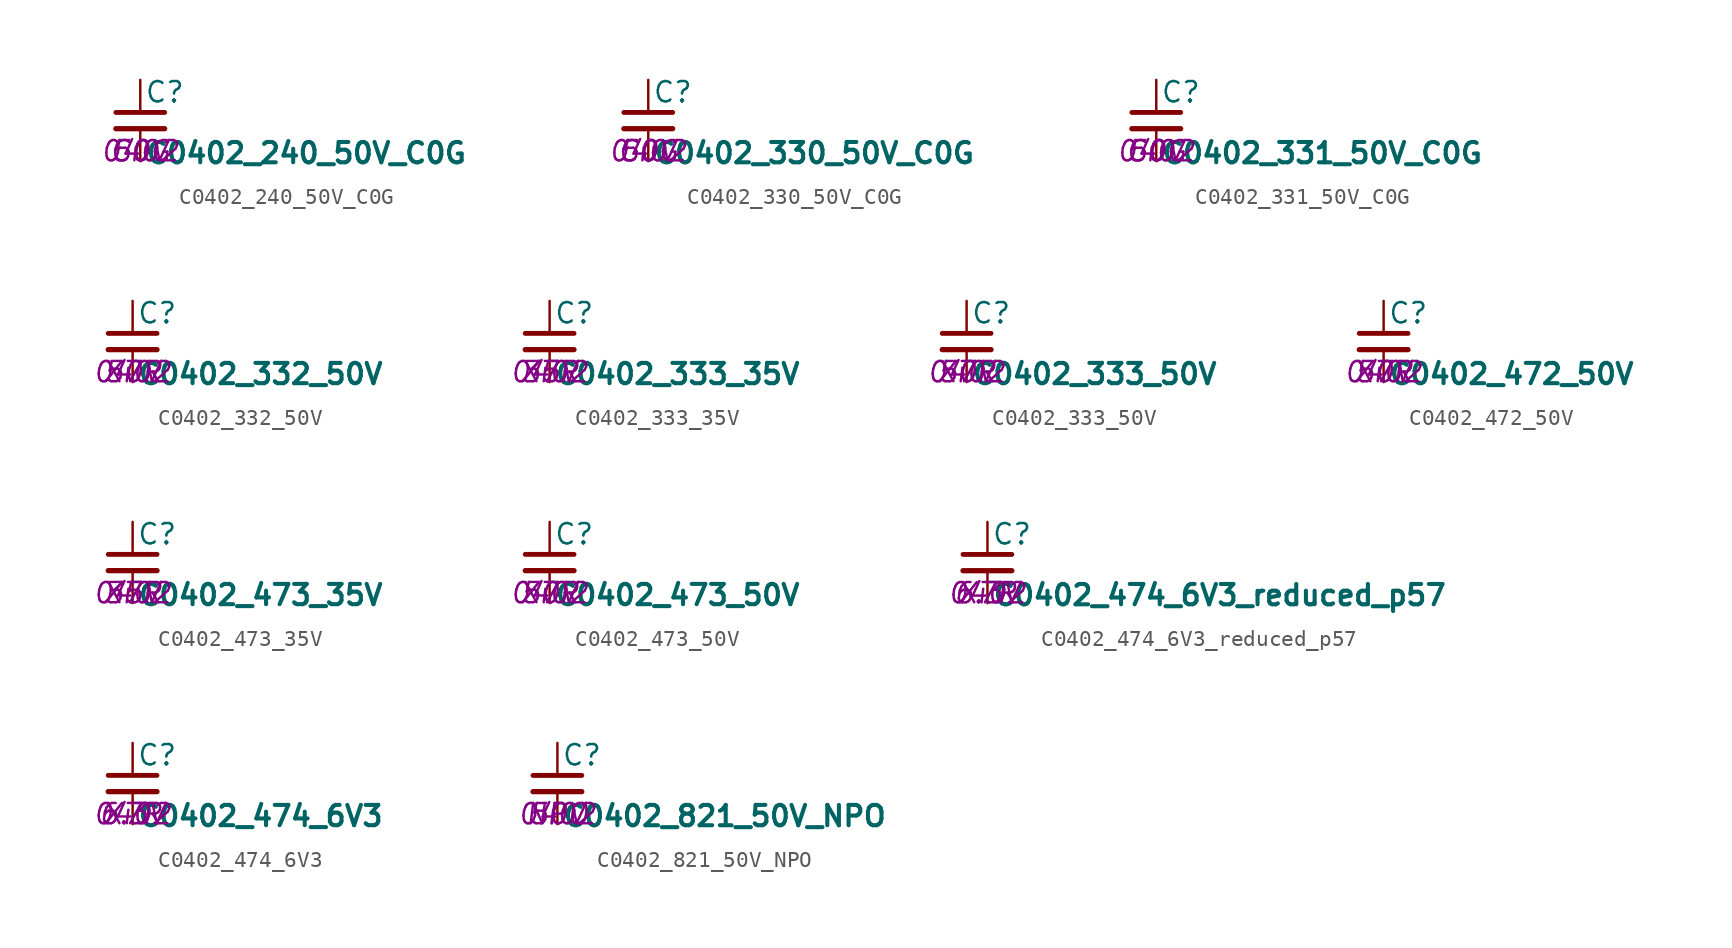
<source format=kicad_sym>
(kicad_symbol_lib
  (version 20211014)
  (generator kicad_symbol_editor)
  (symbol "C0402_240_50V_C0G"
    (pin_numbers hide)
    (pin_names
      (offset 0.254) hide)
    (property "Reference" "C"
      (at 0.254 1.778 0)
      (effects (font (size 1.27 1.27)) (justify left)))
    (property "Value" "C0402_240_50V_C0G"
      (at 0.254 -2.032 0)
      (effects (font (size 1.27 1.27) bold) (justify left)))
    (property "Case" "0402"
      (at 0 -1.905 0)
      (effects (font (size 1.27 1.27) italic)))
    (property "Tc" "C0G"
      (at 0 -1.905 0)
      (effects (font (size 1.27 1.27) italic)))
    (property "Vmax" "50V"
      (at 0 -1.905 0)
      (effects (font (size 1.27 1.27) italic)))
    (symbol "C0402_240_50V_C0G_0_1"
      (polyline (pts (xy -1.524 -0.508) (xy 1.524 -0.508)) (stroke (width 0.33) (type default) (color 0 0 0 0)) (fill (type none)))
      (polyline (pts (xy -1.524 0.508) (xy 1.524 0.508)) (stroke (width 0.305) (type default) (color 0 0 0 0)) (fill (type none))))
    (symbol "C0402_240_50V_C0G_1_1"
      (pin passive line (at 0 2.54 270) (length 2.032) (name "~" (effects (font (size 1.27 1.27)))) (number "1" (effects (font (size 1.27 1.27)))))
      (pin passive line (at 0 -2.54 90) (length 2.032) (name "~" (effects (font (size 1.27 1.27)))) (number "2" (effects (font (size 1.27 1.27)))))))
  (symbol "C0402_330_50V_C0G"
    (pin_numbers hide)
    (pin_names
      (offset 0.254) hide)
    (property "Reference" "C"
      (at 0.254 1.778 0)
      (effects (font (size 1.27 1.27)) (justify left)))
    (property "Value" "C0402_330_50V_C0G"
      (at 0.254 -2.032 0)
      (effects (font (size 1.27 1.27) bold) (justify left)))
    (property "Case" "0402"
      (at 0 -1.905 0)
      (effects (font (size 1.27 1.27) italic)))
    (property "Tc" "C0G"
      (at 0 -1.905 0)
      (effects (font (size 1.27 1.27) italic)))
    (property "Vmax" "50V"
      (at 0 -1.905 0)
      (effects (font (size 1.27 1.27) italic)))
    (symbol "C0402_330_50V_C0G_0_1"
      (polyline (pts (xy -1.524 -0.508) (xy 1.524 -0.508)) (stroke (width 0.33) (type default) (color 0 0 0 0)) (fill (type none)))
      (polyline (pts (xy -1.524 0.508) (xy 1.524 0.508)) (stroke (width 0.305) (type default) (color 0 0 0 0)) (fill (type none))))
    (symbol "C0402_330_50V_C0G_1_1"
      (pin passive line (at 0 2.54 270) (length 2.032) (name "~" (effects (font (size 1.27 1.27)))) (number "1" (effects (font (size 1.27 1.27)))))
      (pin passive line (at 0 -2.54 90) (length 2.032) (name "~" (effects (font (size 1.27 1.27)))) (number "2" (effects (font (size 1.27 1.27)))))))
  (symbol "C0402_331_50V_C0G"
    (pin_numbers hide)
    (pin_names
      (offset 0.254) hide)
    (property "Reference" "C"
      (at 0.254 1.778 0)
      (effects (font (size 1.27 1.27)) (justify left)))
    (property "Value" "C0402_331_50V_C0G"
      (at 0.254 -2.032 0)
      (effects (font (size 1.27 1.27) bold) (justify left)))
    (property "Case" "0402"
      (at 0 -1.905 0)
      (effects (font (size 1.27 1.27) italic)))
    (property "Tc" "C0G"
      (at 0 -1.905 0)
      (effects (font (size 1.27 1.27) italic)))
    (property "Vmax" "50V"
      (at 0 -1.905 0)
      (effects (font (size 1.27 1.27) italic)))
    (symbol "C0402_331_50V_C0G_0_1"
      (polyline (pts (xy -1.524 -0.508) (xy 1.524 -0.508)) (stroke (width 0.33) (type default) (color 0 0 0 0)) (fill (type none)))
      (polyline (pts (xy -1.524 0.508) (xy 1.524 0.508)) (stroke (width 0.305) (type default) (color 0 0 0 0)) (fill (type none))))
    (symbol "C0402_331_50V_C0G_1_1"
      (pin passive line (at 0 2.54 270) (length 2.032) (name "~" (effects (font (size 1.27 1.27)))) (number "1" (effects (font (size 1.27 1.27)))))
      (pin passive line (at 0 -2.54 90) (length 2.032) (name "~" (effects (font (size 1.27 1.27)))) (number "2" (effects (font (size 1.27 1.27)))))))
  (symbol "C0402_332_50V"
    (pin_numbers hide)
    (pin_names
      (offset 0.254) hide)
    (property "Reference" "C"
      (at 0.254 1.778 0)
      (effects (font (size 1.27 1.27)) (justify left)))
    (property "Value" "C0402_332_50V"
      (at 0.254 -2.032 0)
      (effects (font (size 1.27 1.27) bold) (justify left)))
    (property "Case" "0402"
      (at 0 -1.905 0)
      (effects (font (size 1.27 1.27) italic)))
    (property "Tc" "X7R"
      (at 0 -1.905 0)
      (effects (font (size 1.27 1.27) italic)))
    (property "Vmax" "50V"
      (at 0 -1.905 0)
      (effects (font (size 1.27 1.27) italic)))
    (symbol "C0402_332_50V_0_1"
      (polyline (pts (xy -1.524 -0.508) (xy 1.524 -0.508)) (stroke (width 0.33) (type default) (color 0 0 0 0)) (fill (type none)))
      (polyline (pts (xy -1.524 0.508) (xy 1.524 0.508)) (stroke (width 0.305) (type default) (color 0 0 0 0)) (fill (type none))))
    (symbol "C0402_332_50V_1_1"
      (pin passive line (at 0 2.54 270) (length 2.032) (name "~" (effects (font (size 1.27 1.27)))) (number "1" (effects (font (size 1.27 1.27)))))
      (pin passive line (at 0 -2.54 90) (length 2.032) (name "~" (effects (font (size 1.27 1.27)))) (number "2" (effects (font (size 1.27 1.27)))))))
  (symbol "C0402_333_35V"
    (pin_numbers hide)
    (pin_names
      (offset 0.254) hide)
    (property "Reference" "C"
      (at 0.254 1.778 0)
      (effects (font (size 1.27 1.27)) (justify left)))
    (property "Value" "C0402_333_35V"
      (at 0.254 -2.032 0)
      (effects (font (size 1.27 1.27) bold) (justify left)))
    (property "Case" "0402"
      (at 0 -1.905 0)
      (effects (font (size 1.27 1.27) italic)))
    (property "Tc" "X7R"
      (at 0 -1.905 0)
      (effects (font (size 1.27 1.27) italic)))
    (property "Vmax" "35V"
      (at 0 -1.905 0)
      (effects (font (size 1.27 1.27) italic)))
    (symbol "C0402_333_35V_0_1"
      (polyline (pts (xy -1.524 -0.508) (xy 1.524 -0.508)) (stroke (width 0.33) (type default) (color 0 0 0 0)) (fill (type none)))
      (polyline (pts (xy -1.524 0.508) (xy 1.524 0.508)) (stroke (width 0.305) (type default) (color 0 0 0 0)) (fill (type none))))
    (symbol "C0402_333_35V_1_1"
      (pin passive line (at 0 2.54 270) (length 2.032) (name "~" (effects (font (size 1.27 1.27)))) (number "1" (effects (font (size 1.27 1.27)))))
      (pin passive line (at 0 -2.54 90) (length 2.032) (name "~" (effects (font (size 1.27 1.27)))) (number "2" (effects (font (size 1.27 1.27)))))))
  (symbol "C0402_333_50V"
    (pin_numbers hide)
    (pin_names
      (offset 0.254) hide)
    (property "Reference" "C"
      (at 0.254 1.778 0)
      (effects (font (size 1.27 1.27)) (justify left)))
    (property "Value" "C0402_333_50V"
      (at 0.254 -2.032 0)
      (effects (font (size 1.27 1.27) bold) (justify left)))
    (property "Case" "0402"
      (at 0 -1.905 0)
      (effects (font (size 1.27 1.27) italic)))
    (property "Tc" "X7R"
      (at 0 -1.905 0)
      (effects (font (size 1.27 1.27) italic)))
    (property "Vmax" "50V"
      (at 0 -1.905 0)
      (effects (font (size 1.27 1.27) italic)))
    (symbol "C0402_333_50V_0_1"
      (polyline (pts (xy -1.524 -0.508) (xy 1.524 -0.508)) (stroke (width 0.33) (type default) (color 0 0 0 0)) (fill (type none)))
      (polyline (pts (xy -1.524 0.508) (xy 1.524 0.508)) (stroke (width 0.305) (type default) (color 0 0 0 0)) (fill (type none))))
    (symbol "C0402_333_50V_1_1"
      (pin passive line (at 0 2.54 270) (length 2.032) (name "~" (effects (font (size 1.27 1.27)))) (number "1" (effects (font (size 1.27 1.27)))))
      (pin passive line (at 0 -2.54 90) (length 2.032) (name "~" (effects (font (size 1.27 1.27)))) (number "2" (effects (font (size 1.27 1.27)))))))
  (symbol "C0402_472_50V"
    (pin_numbers hide)
    (pin_names
      (offset 0.254) hide)
    (property "Reference" "C"
      (at 0.254 1.778 0)
      (effects (font (size 1.27 1.27)) (justify left)))
    (property "Value" "C0402_472_50V"
      (at 0.254 -2.032 0)
      (effects (font (size 1.27 1.27) bold) (justify left)))
    (property "Case" "0402"
      (at 0 -1.905 0)
      (effects (font (size 1.27 1.27) italic)))
    (property "Tc" "X7R"
      (at 0 -1.905 0)
      (effects (font (size 1.27 1.27) italic)))
    (property "Vmax" "50V"
      (at 0 -1.905 0)
      (effects (font (size 1.27 1.27) italic)))
    (symbol "C0402_472_50V_0_1"
      (polyline (pts (xy -1.524 -0.508) (xy 1.524 -0.508)) (stroke (width 0.33) (type default) (color 0 0 0 0)) (fill (type none)))
      (polyline (pts (xy -1.524 0.508) (xy 1.524 0.508)) (stroke (width 0.305) (type default) (color 0 0 0 0)) (fill (type none))))
    (symbol "C0402_472_50V_1_1"
      (pin passive line (at 0 2.54 270) (length 2.032) (name "~" (effects (font (size 1.27 1.27)))) (number "1" (effects (font (size 1.27 1.27)))))
      (pin passive line (at 0 -2.54 90) (length 2.032) (name "~" (effects (font (size 1.27 1.27)))) (number "2" (effects (font (size 1.27 1.27)))))))
  (symbol "C0402_473_35V"
    (pin_numbers hide)
    (pin_names
      (offset 0.254) hide)
    (property "Reference" "C"
      (at 0.254 1.778 0)
      (effects (font (size 1.27 1.27)) (justify left)))
    (property "Value" "C0402_473_35V"
      (at 0.254 -2.032 0)
      (effects (font (size 1.27 1.27) bold) (justify left)))
    (property "Case" "0402"
      (at 0 -1.905 0)
      (effects (font (size 1.27 1.27) italic)))
    (property "Tc" "X7R"
      (at 0 -1.905 0)
      (effects (font (size 1.27 1.27) italic)))
    (property "Vmax" "35V"
      (at 0 -1.905 0)
      (effects (font (size 1.27 1.27) italic)))
    (symbol "C0402_473_35V_0_1"
      (polyline (pts (xy -1.524 -0.508) (xy 1.524 -0.508)) (stroke (width 0.33) (type default) (color 0 0 0 0)) (fill (type none)))
      (polyline (pts (xy -1.524 0.508) (xy 1.524 0.508)) (stroke (width 0.305) (type default) (color 0 0 0 0)) (fill (type none))))
    (symbol "C0402_473_35V_1_1"
      (pin passive line (at 0 2.54 270) (length 2.032) (name "~" (effects (font (size 1.27 1.27)))) (number "1" (effects (font (size 1.27 1.27)))))
      (pin passive line (at 0 -2.54 90) (length 2.032) (name "~" (effects (font (size 1.27 1.27)))) (number "2" (effects (font (size 1.27 1.27)))))))
  (symbol "C0402_473_50V"
    (pin_numbers hide)
    (pin_names
      (offset 0.254) hide)
    (property "Reference" "C"
      (at 0.254 1.778 0)
      (effects (font (size 1.27 1.27)) (justify left)))
    (property "Value" "C0402_473_50V"
      (at 0.254 -2.032 0)
      (effects (font (size 1.27 1.27) bold) (justify left)))
    (property "Case" "0402"
      (at 0 -1.905 0)
      (effects (font (size 1.27 1.27) italic)))
    (property "Tc" "X7R"
      (at 0 -1.905 0)
      (effects (font (size 1.27 1.27) italic)))
    (property "Vmax" "50V"
      (at 0 -1.905 0)
      (effects (font (size 1.27 1.27) italic)))
    (symbol "C0402_473_50V_0_1"
      (polyline (pts (xy -1.524 -0.508) (xy 1.524 -0.508)) (stroke (width 0.33) (type default) (color 0 0 0 0)) (fill (type none)))
      (polyline (pts (xy -1.524 0.508) (xy 1.524 0.508)) (stroke (width 0.305) (type default) (color 0 0 0 0)) (fill (type none))))
    (symbol "C0402_473_50V_1_1"
      (pin passive line (at 0 2.54 270) (length 2.032) (name "~" (effects (font (size 1.27 1.27)))) (number "1" (effects (font (size 1.27 1.27)))))
      (pin passive line (at 0 -2.54 90) (length 2.032) (name "~" (effects (font (size 1.27 1.27)))) (number "2" (effects (font (size 1.27 1.27)))))))
  (symbol "C0402_474_6V3_reduced_p57"
    (pin_numbers hide)
    (pin_names
      (offset 0.254) hide)
    (property "Reference" "C"
      (at 0.254 1.778 0)
      (effects (font (size 1.27 1.27)) (justify left)))
    (property "Value" "C0402_474_6V3_reduced_p57"
      (at 0.254 -2.032 0)
      (effects (font (size 1.27 1.27) bold) (justify left)))
    (property "Case" "0402"
      (at 0 -1.905 0)
      (effects (font (size 1.27 1.27) italic)))
    (property "Tc" "X7R"
      (at 0 -1.905 0)
      (effects (font (size 1.27 1.27) italic)))
    (property "Vmax" "6.3V"
      (at 0 -1.905 0)
      (effects (font (size 1.27 1.27) italic)))
    (symbol "C0402_474_6V3_reduced_p57_0_1"
      (polyline (pts (xy -1.524 -0.508) (xy 1.524 -0.508)) (stroke (width 0.33) (type default) (color 0 0 0 0)) (fill (type none)))
      (polyline (pts (xy -1.524 0.508) (xy 1.524 0.508)) (stroke (width 0.305) (type default) (color 0 0 0 0)) (fill (type none))))
    (symbol "C0402_474_6V3_reduced_p57_1_1"
      (pin passive line (at 0 2.54 270) (length 2.032) (name "~" (effects (font (size 1.27 1.27)))) (number "1" (effects (font (size 1.27 1.27)))))
      (pin passive line (at 0 -2.54 90) (length 2.032) (name "~" (effects (font (size 1.27 1.27)))) (number "2" (effects (font (size 1.27 1.27)))))))
  (symbol "C0402_474_6V3"
    (pin_numbers hide)
    (pin_names
      (offset 0.254) hide)
    (property "Reference" "C"
      (at 0.254 1.778 0)
      (effects (font (size 1.27 1.27)) (justify left)))
    (property "Value" "C0402_474_6V3"
      (at 0.254 -2.032 0)
      (effects (font (size 1.27 1.27) bold) (justify left)))
    (property "Case" "0402"
      (at 0 -1.905 0)
      (effects (font (size 1.27 1.27) italic)))
    (property "Tc" "X7R"
      (at 0 -1.905 0)
      (effects (font (size 1.27 1.27) italic)))
    (property "Vmax" "6.3V"
      (at 0 -1.905 0)
      (effects (font (size 1.27 1.27) italic)))
    (symbol "C0402_474_6V3_0_1"
      (polyline (pts (xy -1.524 -0.508) (xy 1.524 -0.508)) (stroke (width 0.33) (type default) (color 0 0 0 0)) (fill (type none)))
      (polyline (pts (xy -1.524 0.508) (xy 1.524 0.508)) (stroke (width 0.305) (type default) (color 0 0 0 0)) (fill (type none))))
    (symbol "C0402_474_6V3_1_1"
      (pin passive line (at 0 2.54 270) (length 2.032) (name "~" (effects (font (size 1.27 1.27)))) (number "1" (effects (font (size 1.27 1.27)))))
      (pin passive line (at 0 -2.54 90) (length 2.032) (name "~" (effects (font (size 1.27 1.27)))) (number "2" (effects (font (size 1.27 1.27)))))))
  (symbol "C0402_821_50V_NPO"
    (pin_numbers hide)
    (pin_names
      (offset 0.254) hide)
    (property "Reference" "C"
      (at 0.254 1.778 0)
      (effects (font (size 1.27 1.27)) (justify left)))
    (property "Value" "C0402_821_50V_NPO"
      (at 0.254 -2.032 0)
      (effects (font (size 1.27 1.27) bold) (justify left)))
    (property "Case" "0402"
      (at 0 -1.905 0)
      (effects (font (size 1.27 1.27) italic)))
    (property "Tc" "NPO"
      (at 0 -1.905 0)
      (effects (font (size 1.27 1.27) italic)))
    (property "Vmax" "50V"
      (at 0 -1.905 0)
      (effects (font (size 1.27 1.27) italic)))
    (symbol "C0402_821_50V_NPO_0_1"
      (polyline (pts (xy -1.524 -0.508) (xy 1.524 -0.508)) (stroke (width 0.33) (type default) (color 0 0 0 0)) (fill (type none)))
      (polyline (pts (xy -1.524 0.508) (xy 1.524 0.508)) (stroke (width 0.305) (type default) (color 0 0 0 0)) (fill (type none))))
    (symbol "C0402_821_50V_NPO_1_1"
      (pin passive line (at 0 2.54 270) (length 2.032) (name "~" (effects (font (size 1.27 1.27)))) (number "1" (effects (font (size 1.27 1.27)))))
      (pin passive line (at 0 -2.54 90) (length 2.032) (name "~" (effects (font (size 1.27 1.27)))) (number "2" (effects (font (size 1.27 1.27))))))))
</source>
